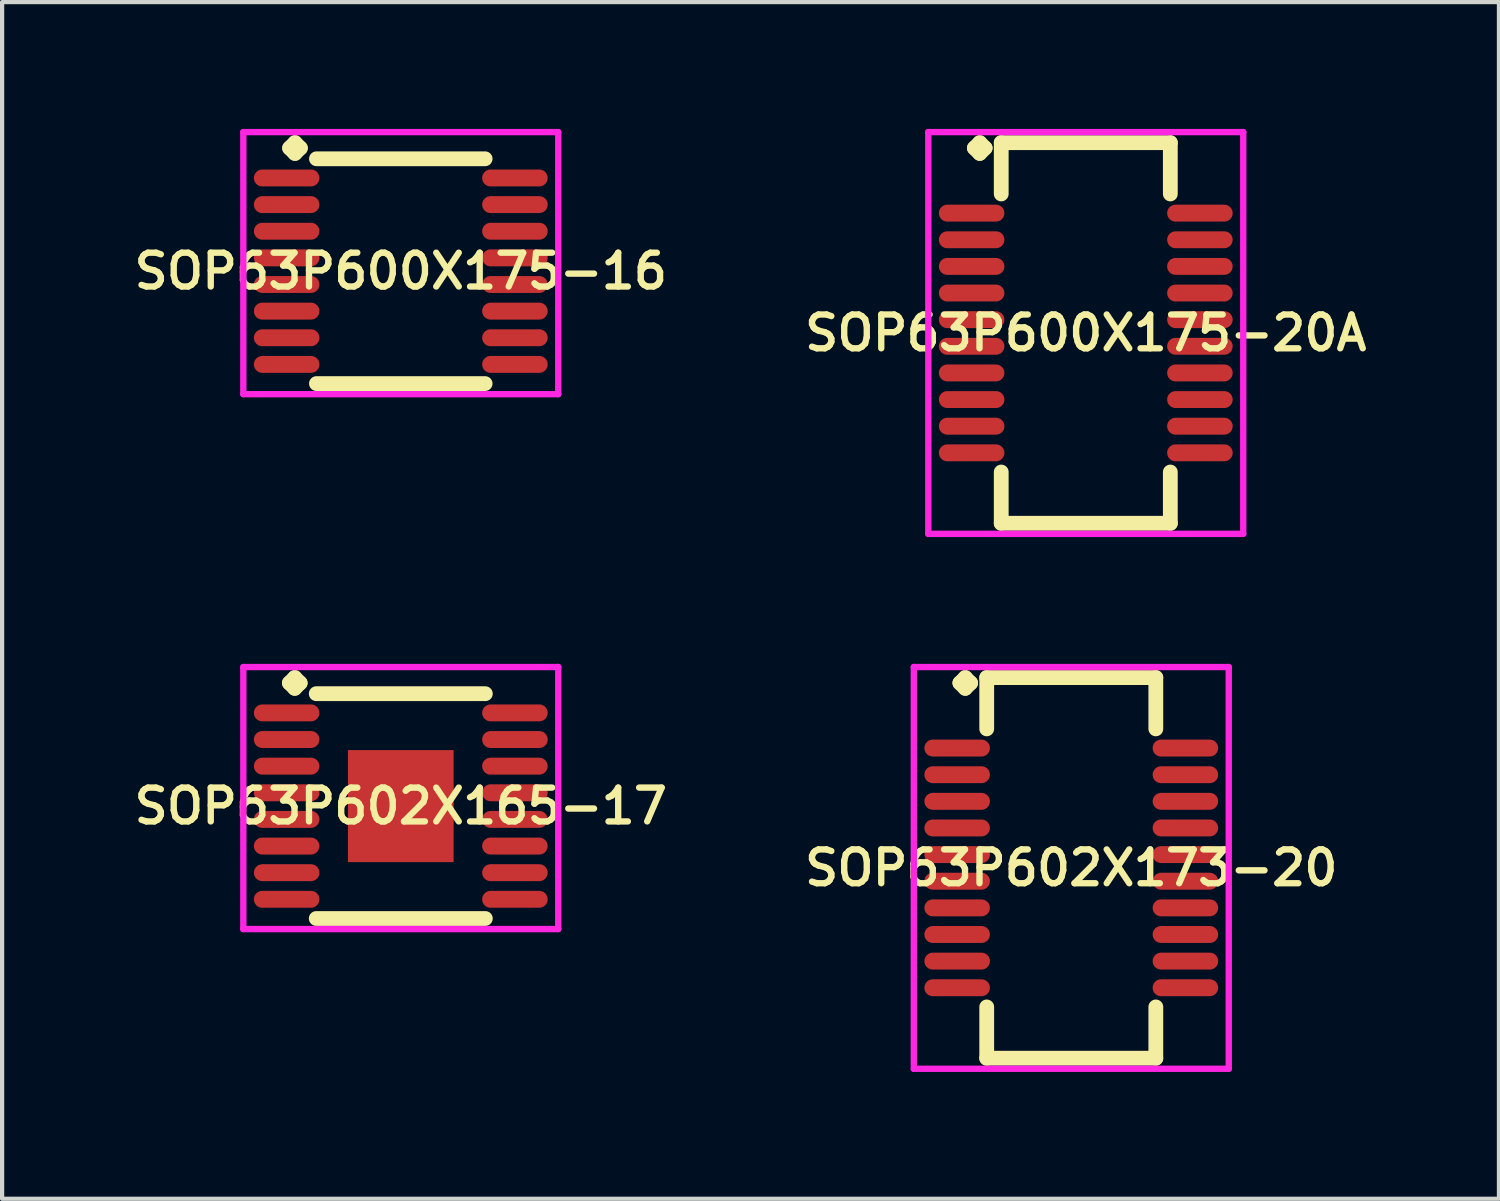
<source format=kicad_pcb>
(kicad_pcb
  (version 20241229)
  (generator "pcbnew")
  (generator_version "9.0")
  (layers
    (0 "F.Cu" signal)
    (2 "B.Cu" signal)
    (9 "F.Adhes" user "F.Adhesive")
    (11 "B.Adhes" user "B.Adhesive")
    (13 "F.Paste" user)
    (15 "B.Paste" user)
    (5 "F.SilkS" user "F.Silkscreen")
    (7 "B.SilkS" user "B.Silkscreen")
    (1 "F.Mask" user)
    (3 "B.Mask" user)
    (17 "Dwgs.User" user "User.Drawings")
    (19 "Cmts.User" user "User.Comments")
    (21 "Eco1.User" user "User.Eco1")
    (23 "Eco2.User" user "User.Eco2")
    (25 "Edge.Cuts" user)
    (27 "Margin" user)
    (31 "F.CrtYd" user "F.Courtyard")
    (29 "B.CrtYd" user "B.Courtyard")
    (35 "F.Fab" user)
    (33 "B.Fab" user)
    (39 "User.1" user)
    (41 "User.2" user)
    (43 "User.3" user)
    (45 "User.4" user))
  (footprint "SOP63P600X175-20A"
    (layer "F.Cu")
    (at 22.635 4.827)
    (property "Reference" "SOP63P600X175-20A" (at 0 0 0) (layer "F.SilkS") (effects (font (size 0.8 0.8) (thickness 0.15))))
    (attr smd)
    (fp_line (start -2.635 -4.375) (end -2.508 -4.502) (stroke (width 0.35) (type solid)) (layer "F.SilkS"))
    (fp_line (start -2.508 -4.502) (end -2.381 -4.375) (stroke (width 0.35) (type solid)) (layer "F.SilkS"))
    (fp_line (start -2.508 -4.248) (end -2.635 -4.375) (stroke (width 0.35) (type solid)) (layer "F.SilkS"))
    (fp_line (start -2.381 -4.375) (end -2.508 -4.248) (stroke (width 0.35) (type solid)) (layer "F.SilkS"))
    (fp_line (start -2 -4.502) (end 2 -4.502) (stroke (width 0.35) (type solid)) (layer "F.SilkS"))
    (fp_line (start -2 -3.289) (end -2 -4.502) (stroke (width 0.35) (type solid)) (layer "F.SilkS"))
    (fp_line (start -2 3.289) (end -2 4.502) (stroke (width 0.35) (type solid)) (layer "F.SilkS"))
    (fp_line (start -2 4.502) (end 2 4.502) (stroke (width 0.35) (type solid)) (layer "F.SilkS"))
    (fp_line (start 2 -4.502) (end 2 -3.289) (stroke (width 0.35) (type solid)) (layer "F.SilkS"))
    (fp_line (start 2 4.502) (end 2 3.289) (stroke (width 0.35) (type solid)) (layer "F.SilkS"))
    (fp_line (start -3.725 -4.752) (end 3.725 -4.752) (stroke (width 0.15) (type solid)) (layer "F.CrtYd"))
    (fp_line (start -3.725 4.752) (end -3.725 -4.752) (stroke (width 0.15) (type solid)) (layer "F.CrtYd"))
    (fp_line (start 3.725 -4.752) (end 3.725 4.752) (stroke (width 0.15) (type solid)) (layer "F.CrtYd"))
    (fp_line (start 3.725 4.752) (end -3.725 4.752) (stroke (width 0.15) (type solid)) (layer "F.CrtYd"))
    (pad "1" smd oval (at -2.7 -2.835) (size 1.55 0.4) (layers "F.Cu" "F.Mask" "F.Paste"))
    (pad "2" smd oval (at -2.7 -2.205) (size 1.55 0.4) (layers "F.Cu" "F.Mask" "F.Paste"))
    (pad "3" smd oval (at -2.7 -1.575) (size 1.55 0.4) (layers "F.Cu" "F.Mask" "F.Paste"))
    (pad "4" smd oval (at -2.7 -0.945) (size 1.55 0.4) (layers "F.Cu" "F.Mask" "F.Paste"))
    (pad "5" smd oval (at -2.7 -0.315) (size 1.55 0.4) (layers "F.Cu" "F.Mask" "F.Paste"))
    (pad "6" smd oval (at -2.7 0.315) (size 1.55 0.4) (layers "F.Cu" "F.Mask" "F.Paste"))
    (pad "7" smd oval (at -2.7 0.945) (size 1.55 0.4) (layers "F.Cu" "F.Mask" "F.Paste"))
    (pad "8" smd oval (at -2.7 1.575) (size 1.55 0.4) (layers "F.Cu" "F.Mask" "F.Paste"))
    (pad "9" smd oval (at -2.7 2.205) (size 1.55 0.4) (layers "F.Cu" "F.Mask" "F.Paste"))
    (pad "10" smd oval (at -2.7 2.835) (size 1.55 0.4) (layers "F.Cu" "F.Mask" "F.Paste"))
    (pad "11" smd oval (at 2.7 2.835) (size 1.55 0.4) (layers "F.Cu" "F.Mask" "F.Paste"))
    (pad "12" smd oval (at 2.7 2.205) (size 1.55 0.4) (layers "F.Cu" "F.Mask" "F.Paste"))
    (pad "13" smd oval (at 2.7 1.575) (size 1.55 0.4) (layers "F.Cu" "F.Mask" "F.Paste"))
    (pad "14" smd oval (at 2.7 0.945) (size 1.55 0.4) (layers "F.Cu" "F.Mask" "F.Paste"))
    (pad "15" smd oval (at 2.7 0.315) (size 1.55 0.4) (layers "F.Cu" "F.Mask" "F.Paste"))
    (pad "16" smd oval (at 2.7 -0.315) (size 1.55 0.4) (layers "F.Cu" "F.Mask" "F.Paste"))
    (pad "17" smd oval (at 2.7 -0.945) (size 1.55 0.4) (layers "F.Cu" "F.Mask" "F.Paste"))
    (pad "18" smd oval (at 2.7 -1.575) (size 1.55 0.4) (layers "F.Cu" "F.Mask" "F.Paste"))
    (pad "19" smd oval (at 2.7 -2.205) (size 1.55 0.4) (layers "F.Cu" "F.Mask" "F.Paste"))
    (pad "20" smd oval (at 2.7 -2.835) (size 1.55 0.4) (layers "F.Cu" "F.Mask" "F.Paste")))
  (footprint "SOP63P600X175-16"
    (layer "F.Cu")
    (at 6.431 3.365)
    (property "Reference" "SOP63P600X175-16" (at 0 0 0) (layer "F.SilkS") (effects (font (size 0.8 0.8) (thickness 0.15))))
    (attr smd)
    (fp_line (start -2.63 -2.913) (end -2.503 -3.04) (stroke (width 0.35) (type solid)) (layer "F.SilkS"))
    (fp_line (start -2.503 -3.04) (end -2.376 -2.913) (stroke (width 0.35) (type solid)) (layer "F.SilkS"))
    (fp_line (start -2.503 -2.786) (end -2.63 -2.913) (stroke (width 0.35) (type solid)) (layer "F.SilkS"))
    (fp_line (start -2.376 -2.913) (end -2.503 -2.786) (stroke (width 0.35) (type solid)) (layer "F.SilkS"))
    (fp_line (start -1.995 -2.659) (end 1.995 -2.659) (stroke (width 0.35) (type solid)) (layer "F.SilkS"))
    (fp_line (start -1.995 2.659) (end 1.995 2.659) (stroke (width 0.35) (type solid)) (layer "F.SilkS"))
    (fp_line (start -3.725 -3.29) (end 3.725 -3.29) (stroke (width 0.15) (type solid)) (layer "F.CrtYd"))
    (fp_line (start -3.725 2.909) (end -3.725 -3.29) (stroke (width 0.15) (type solid)) (layer "F.CrtYd"))
    (fp_line (start 3.725 -3.29) (end 3.725 2.909) (stroke (width 0.15) (type solid)) (layer "F.CrtYd"))
    (fp_line (start 3.725 2.909) (end -3.725 2.909) (stroke (width 0.15) (type solid)) (layer "F.CrtYd"))
    (pad "1" smd oval (at -2.7 -2.205) (size 1.55 0.4) (layers "F.Cu" "F.Mask" "F.Paste"))
    (pad "2" smd oval (at -2.7 -1.575) (size 1.55 0.4) (layers "F.Cu" "F.Mask" "F.Paste"))
    (pad "3" smd oval (at -2.7 -0.945) (size 1.55 0.4) (layers "F.Cu" "F.Mask" "F.Paste"))
    (pad "4" smd oval (at -2.7 -0.315) (size 1.55 0.4) (layers "F.Cu" "F.Mask" "F.Paste"))
    (pad "5" smd oval (at -2.7 0.315) (size 1.55 0.4) (layers "F.Cu" "F.Mask" "F.Paste"))
    (pad "6" smd oval (at -2.7 0.945) (size 1.55 0.4) (layers "F.Cu" "F.Mask" "F.Paste"))
    (pad "7" smd oval (at -2.7 1.575) (size 1.55 0.4) (layers "F.Cu" "F.Mask" "F.Paste"))
    (pad "8" smd oval (at -2.7 2.205) (size 1.55 0.4) (layers "F.Cu" "F.Mask" "F.Paste"))
    (pad "9" smd oval (at 2.7 2.205) (size 1.55 0.4) (layers "F.Cu" "F.Mask" "F.Paste"))
    (pad "10" smd oval (at 2.7 1.575) (size 1.55 0.4) (layers "F.Cu" "F.Mask" "F.Paste"))
    (pad "11" smd oval (at 2.7 0.945) (size 1.55 0.4) (layers "F.Cu" "F.Mask" "F.Paste"))
    (pad "12" smd oval (at 2.7 0.315) (size 1.55 0.4) (layers "F.Cu" "F.Mask" "F.Paste"))
    (pad "13" smd oval (at 2.7 -0.315) (size 1.55 0.4) (layers "F.Cu" "F.Mask" "F.Paste"))
    (pad "14" smd oval (at 2.7 -0.945) (size 1.55 0.4) (layers "F.Cu" "F.Mask" "F.Paste"))
    (pad "15" smd oval (at 2.7 -1.575) (size 1.55 0.4) (layers "F.Cu" "F.Mask" "F.Paste"))
    (pad "16" smd oval (at 2.7 -2.205) (size 1.55 0.4) (layers "F.Cu" "F.Mask" "F.Paste")))
  (footprint "SOP63P602X165-17"
    (layer "F.Cu")
    (at 6.431 16.019)
    (property "Reference" "SOP63P602X165-17" (at 0 0 0) (layer "F.SilkS") (effects (font (size 0.8 0.8) (thickness 0.15))))
    (attr smd)
    (fp_line (start -2.635 -2.913) (end -2.508 -3.04) (stroke (width 0.35) (type solid)) (layer "F.SilkS"))
    (fp_line (start -2.508 -3.04) (end -2.381 -2.913) (stroke (width 0.35) (type solid)) (layer "F.SilkS"))
    (fp_line (start -2.508 -2.786) (end -2.635 -2.913) (stroke (width 0.35) (type solid)) (layer "F.SilkS"))
    (fp_line (start -2.381 -2.913) (end -2.508 -2.786) (stroke (width 0.35) (type solid)) (layer "F.SilkS"))
    (fp_line (start -2 -2.659) (end 2 -2.659) (stroke (width 0.35) (type solid)) (layer "F.SilkS"))
    (fp_line (start -2 2.659) (end 2 2.659) (stroke (width 0.35) (type solid)) (layer "F.SilkS"))
    (fp_line (start -3.725 -3.29) (end 3.725 -3.29) (stroke (width 0.15) (type solid)) (layer "F.CrtYd"))
    (fp_line (start -3.725 2.909) (end -3.725 -3.29) (stroke (width 0.15) (type solid)) (layer "F.CrtYd"))
    (fp_line (start 3.725 -3.29) (end 3.725 2.909) (stroke (width 0.15) (type solid)) (layer "F.CrtYd"))
    (fp_line (start 3.725 2.909) (end -3.725 2.909) (stroke (width 0.15) (type solid)) (layer "F.CrtYd"))
    (pad "1" smd oval (at -2.7 -2.205) (size 1.55 0.4) (layers "F.Cu" "F.Mask" "F.Paste"))
    (pad "2" smd oval (at -2.7 -1.575) (size 1.55 0.4) (layers "F.Cu" "F.Mask" "F.Paste"))
    (pad "3" smd oval (at -2.7 -0.945) (size 1.55 0.4) (layers "F.Cu" "F.Mask" "F.Paste"))
    (pad "4" smd oval (at -2.7 -0.315) (size 1.55 0.4) (layers "F.Cu" "F.Mask" "F.Paste"))
    (pad "5" smd oval (at -2.7 0.315) (size 1.55 0.4) (layers "F.Cu" "F.Mask" "F.Paste"))
    (pad "6" smd oval (at -2.7 0.945) (size 1.55 0.4) (layers "F.Cu" "F.Mask" "F.Paste"))
    (pad "7" smd oval (at -2.7 1.575) (size 1.55 0.4) (layers "F.Cu" "F.Mask" "F.Paste"))
    (pad "8" smd oval (at -2.7 2.205) (size 1.55 0.4) (layers "F.Cu" "F.Mask" "F.Paste"))
    (pad "9" smd oval (at 2.7 2.205) (size 1.55 0.4) (layers "F.Cu" "F.Mask" "F.Paste"))
    (pad "10" smd oval (at 2.7 1.575) (size 1.55 0.4) (layers "F.Cu" "F.Mask" "F.Paste"))
    (pad "11" smd oval (at 2.7 0.945) (size 1.55 0.4) (layers "F.Cu" "F.Mask" "F.Paste"))
    (pad "12" smd oval (at 2.7 0.315) (size 1.55 0.4) (layers "F.Cu" "F.Mask" "F.Paste"))
    (pad "13" smd oval (at 2.7 -0.315) (size 1.55 0.4) (layers "F.Cu" "F.Mask" "F.Paste"))
    (pad "14" smd oval (at 2.7 -0.945) (size 1.55 0.4) (layers "F.Cu" "F.Mask" "F.Paste"))
    (pad "15" smd oval (at 2.7 -1.575) (size 1.55 0.4) (layers "F.Cu" "F.Mask" "F.Paste"))
    (pad "16" smd oval (at 2.7 -2.205) (size 1.55 0.4) (layers "F.Cu" "F.Mask" "F.Paste"))
    (pad "17" smd rect (at 0 0) (size 2.5 2.65) (layers "F.Cu" "F.Mask" "F.Paste")))
  (footprint "SOP63P602X173-20"
    (layer "F.Cu")
    (at 22.292 17.481)
    (property "Reference" "SOP63P602X173-20" (at 0 0 0) (layer "F.SilkS") (effects (font (size 0.8 0.8) (thickness 0.15))))
    (attr smd)
    (fp_line (start -2.635 -4.375) (end -2.508 -4.502) (stroke (width 0.35) (type solid)) (layer "F.SilkS"))
    (fp_line (start -2.508 -4.502) (end -2.381 -4.375) (stroke (width 0.35) (type solid)) (layer "F.SilkS"))
    (fp_line (start -2.508 -4.248) (end -2.635 -4.375) (stroke (width 0.35) (type solid)) (layer "F.SilkS"))
    (fp_line (start -2.381 -4.375) (end -2.508 -4.248) (stroke (width 0.35) (type solid)) (layer "F.SilkS"))
    (fp_line (start -2 -4.502) (end 2 -4.502) (stroke (width 0.35) (type solid)) (layer "F.SilkS"))
    (fp_line (start -2 -3.289) (end -2 -4.502) (stroke (width 0.35) (type solid)) (layer "F.SilkS"))
    (fp_line (start -2 3.289) (end -2 4.502) (stroke (width 0.35) (type solid)) (layer "F.SilkS"))
    (fp_line (start -2 4.502) (end 2 4.502) (stroke (width 0.35) (type solid)) (layer "F.SilkS"))
    (fp_line (start 2 -4.502) (end 2 -3.289) (stroke (width 0.35) (type solid)) (layer "F.SilkS"))
    (fp_line (start 2 4.502) (end 2 3.289) (stroke (width 0.35) (type solid)) (layer "F.SilkS"))
    (fp_line (start -3.725 -4.752) (end 3.725 -4.752) (stroke (width 0.15) (type solid)) (layer "F.CrtYd"))
    (fp_line (start -3.725 4.752) (end -3.725 -4.752) (stroke (width 0.15) (type solid)) (layer "F.CrtYd"))
    (fp_line (start 3.725 -4.752) (end 3.725 4.752) (stroke (width 0.15) (type solid)) (layer "F.CrtYd"))
    (fp_line (start 3.725 4.752) (end -3.725 4.752) (stroke (width 0.15) (type solid)) (layer "F.CrtYd"))
    (pad "1" smd oval (at -2.7 -2.835) (size 1.55 0.4) (layers "F.Cu" "F.Mask" "F.Paste"))
    (pad "2" smd oval (at -2.7 -2.205) (size 1.55 0.4) (layers "F.Cu" "F.Mask" "F.Paste"))
    (pad "3" smd oval (at -2.7 -1.575) (size 1.55 0.4) (layers "F.Cu" "F.Mask" "F.Paste"))
    (pad "4" smd oval (at -2.7 -0.945) (size 1.55 0.4) (layers "F.Cu" "F.Mask" "F.Paste"))
    (pad "5" smd oval (at -2.7 -0.315) (size 1.55 0.4) (layers "F.Cu" "F.Mask" "F.Paste"))
    (pad "6" smd oval (at -2.7 0.315) (size 1.55 0.4) (layers "F.Cu" "F.Mask" "F.Paste"))
    (pad "7" smd oval (at -2.7 0.945) (size 1.55 0.4) (layers "F.Cu" "F.Mask" "F.Paste"))
    (pad "8" smd oval (at -2.7 1.575) (size 1.55 0.4) (layers "F.Cu" "F.Mask" "F.Paste"))
    (pad "9" smd oval (at -2.7 2.205) (size 1.55 0.4) (layers "F.Cu" "F.Mask" "F.Paste"))
    (pad "10" smd oval (at -2.7 2.835) (size 1.55 0.4) (layers "F.Cu" "F.Mask" "F.Paste"))
    (pad "11" smd oval (at 2.7 2.835) (size 1.55 0.4) (layers "F.Cu" "F.Mask" "F.Paste"))
    (pad "12" smd oval (at 2.7 2.205) (size 1.55 0.4) (layers "F.Cu" "F.Mask" "F.Paste"))
    (pad "13" smd oval (at 2.7 1.575) (size 1.55 0.4) (layers "F.Cu" "F.Mask" "F.Paste"))
    (pad "14" smd oval (at 2.7 0.945) (size 1.55 0.4) (layers "F.Cu" "F.Mask" "F.Paste"))
    (pad "15" smd oval (at 2.7 0.315) (size 1.55 0.4) (layers "F.Cu" "F.Mask" "F.Paste"))
    (pad "16" smd oval (at 2.7 -0.315) (size 1.55 0.4) (layers "F.Cu" "F.Mask" "F.Paste"))
    (pad "17" smd oval (at 2.7 -0.945) (size 1.55 0.4) (layers "F.Cu" "F.Mask" "F.Paste"))
    (pad "18" smd oval (at 2.7 -1.575) (size 1.55 0.4) (layers "F.Cu" "F.Mask" "F.Paste"))
    (pad "19" smd oval (at 2.7 -2.205) (size 1.55 0.4) (layers "F.Cu" "F.Mask" "F.Paste"))
    (pad "20" smd oval (at 2.7 -2.835) (size 1.55 0.4) (layers "F.Cu" "F.Mask" "F.Paste")))
  (gr_rect
    (start -3 -3)
    (end 32.409 25.308)
    (stroke (width 0.1) (type default))
    (fill no)
    (layer "Edge.Cuts")))
</source>
